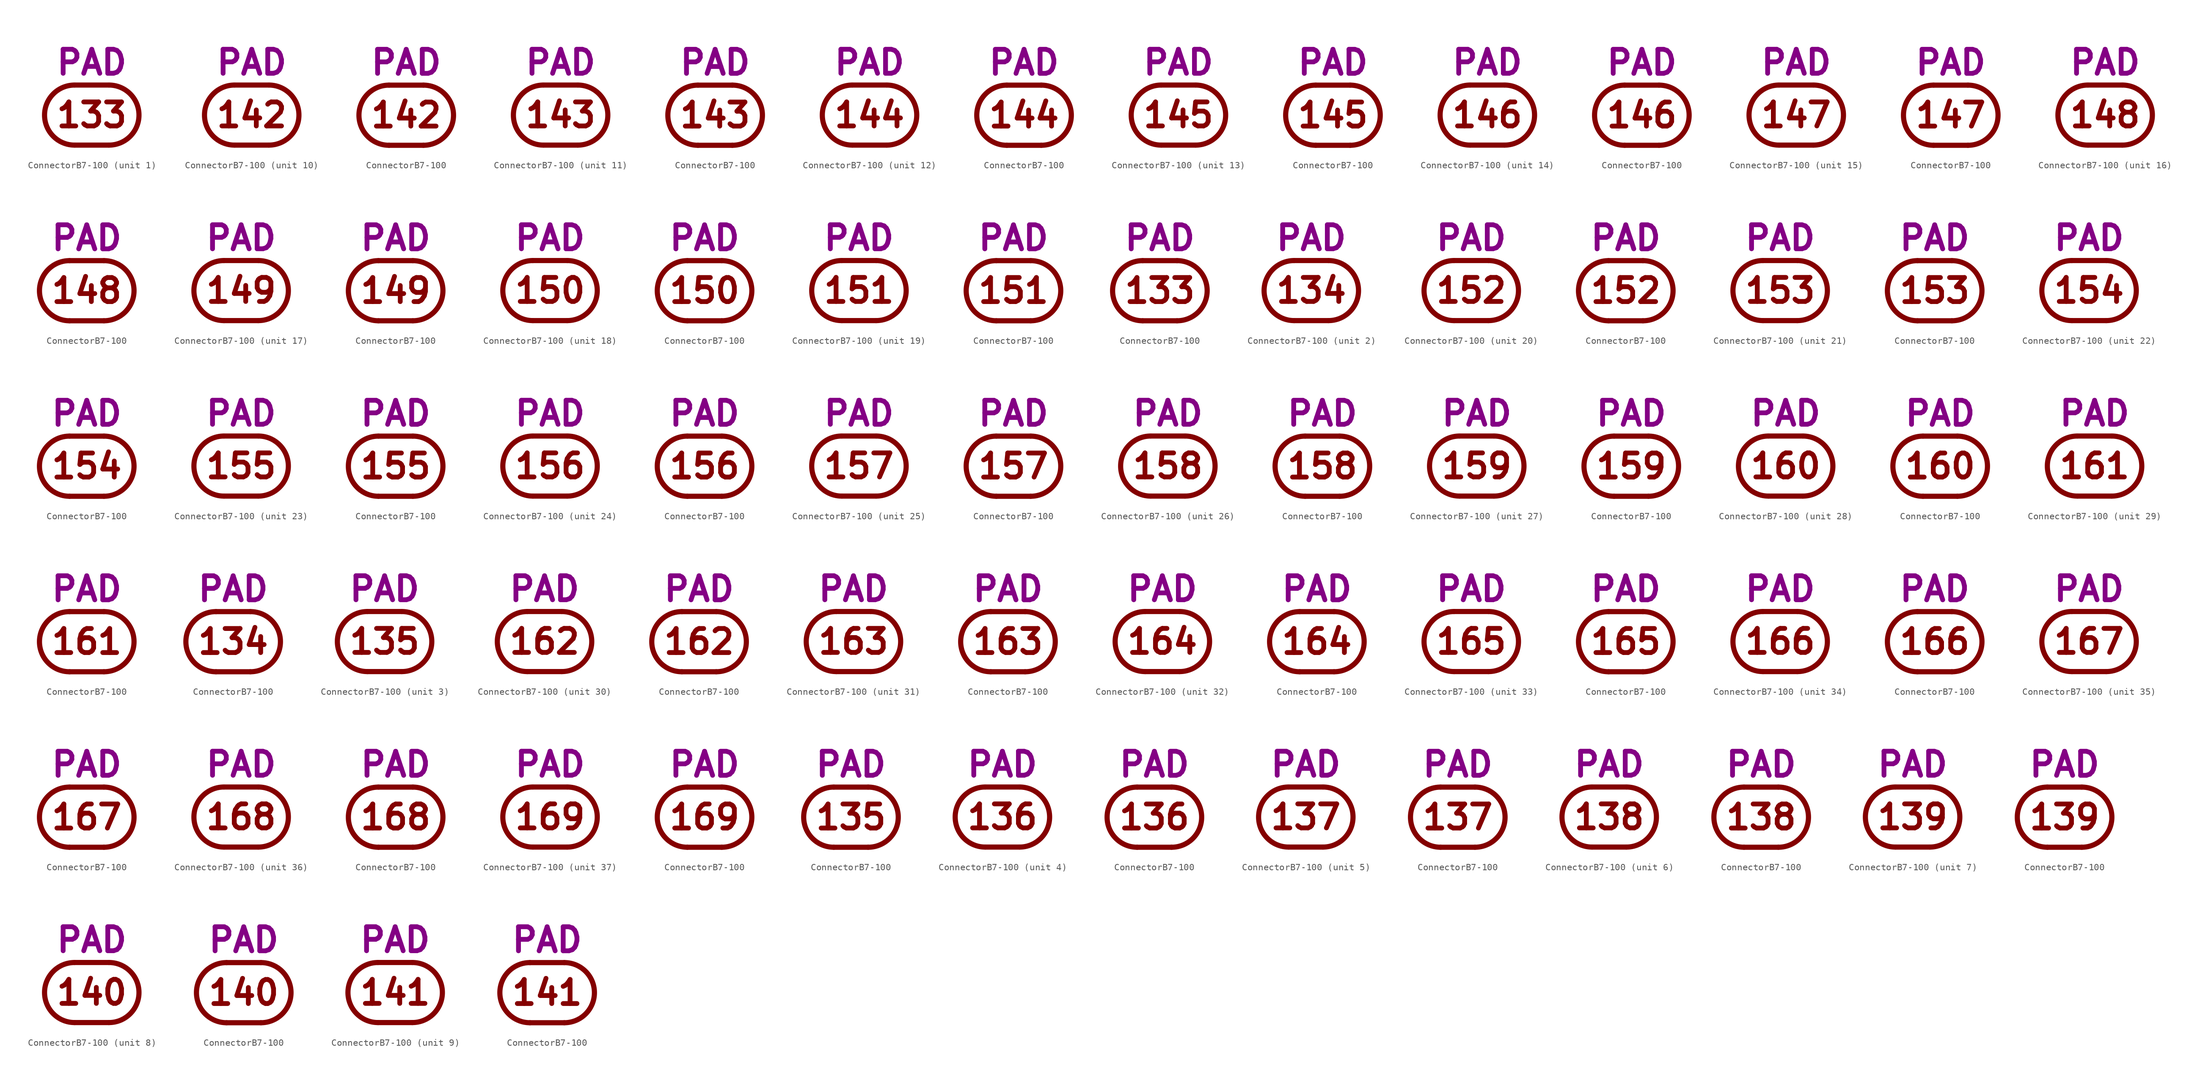
<source format=kicad_sym>
(kicad_symbol_lib
  (version 20211014)
  (generator kicad_symbol_editor)
  (symbol "ConnectorB7-100"
    (pin_numbers hide)
    (pin_names
      (offset 0) hide)
    (property "Reference" "J"
      (at 0 8.255 0)
      (effects (font (size 3.556 3.556)) hide))
    (property "Caption" "PAD"
      (at 0 5.715 0)
      (effects (font (size 3.556 3.556) bold) (justify bottom)))
    (property "ki_locked" ""
      (at 0 0 0)
      (effects (font (size 1.27 1.27))))
    (symbol "ConnectorB7-100_0_0"
      (arc (start -2.54 4.445) (mid -6.985 0) (end -2.54 -4.445) (stroke (width 0.762) (type default) (color 0 0 0 0)) (fill (type none)))
      (polyline (pts (xy -2.54 -4.445) (xy 2.54 -4.445)) (stroke (width 0.762) (type default) (color 0 0 0 0)) (fill (type none)))
      (polyline (pts (xy -2.54 4.445) (xy 2.54 4.445)) (stroke (width 0.762) (type default) (color 0 0 0 0)) (fill (type none)))
      (arc (start 2.54 -4.445) (mid 6.985 0) (end 2.54 4.445) (stroke (width 0.762) (type default) (color 0 0 0 0)) (fill (type none))))
    (symbol "ConnectorB7-100_1_0"
      (text "133" (at 0 0 0) (effects (font (size 3.556 3.556) bold))))
    (symbol "ConnectorB7-100_1_1"
      (pin passive line (at 6.985 0 180) (length 0) (name "133" (effects (font (size 3.556 3.556)))) (number "133" (effects (font (size 3.556 3.556))))))
    (symbol "ConnectorB7-100_1_2"
      (pin passive line (at 0 4.445 270) (length 0) (name "133" (effects (font (size 3.556 3.556)))) (number "133" (effects (font (size 3.556 3.556))))))
    (symbol "ConnectorB7-100_2_0"
      (text "134" (at 0 0 0) (effects (font (size 3.556 3.556) bold))))
    (symbol "ConnectorB7-100_2_1"
      (pin passive line (at 6.985 0 180) (length 0) (name "134" (effects (font (size 3.556 3.556)))) (number "134" (effects (font (size 3.556 3.556))))))
    (symbol "ConnectorB7-100_2_2"
      (pin passive line (at 0 4.445 270) (length 0) (name "134" (effects (font (size 3.556 3.556)))) (number "134" (effects (font (size 3.556 3.556))))))
    (symbol "ConnectorB7-100_3_0"
      (text "135" (at 0 0 0) (effects (font (size 3.556 3.556) bold))))
    (symbol "ConnectorB7-100_3_1"
      (pin passive line (at 6.985 0 180) (length 0) (name "135" (effects (font (size 3.556 3.556)))) (number "135" (effects (font (size 3.556 3.556))))))
    (symbol "ConnectorB7-100_3_2"
      (pin passive line (at 0 4.445 270) (length 0) (name "135" (effects (font (size 3.556 3.556)))) (number "135" (effects (font (size 3.556 3.556))))))
    (symbol "ConnectorB7-100_4_0"
      (text "136" (at 0 0 0) (effects (font (size 3.556 3.556) bold))))
    (symbol "ConnectorB7-100_4_1"
      (pin passive line (at 6.985 0 180) (length 0) (name "136" (effects (font (size 3.556 3.556)))) (number "136" (effects (font (size 3.556 3.556))))))
    (symbol "ConnectorB7-100_4_2"
      (pin passive line (at 0 4.445 270) (length 0) (name "136" (effects (font (size 3.556 3.556)))) (number "136" (effects (font (size 3.556 3.556))))))
    (symbol "ConnectorB7-100_5_0"
      (text "137" (at 0 0 0) (effects (font (size 3.556 3.556) bold))))
    (symbol "ConnectorB7-100_5_1"
      (pin passive line (at 6.985 0 180) (length 0) (name "137" (effects (font (size 3.556 3.556)))) (number "137" (effects (font (size 3.556 3.556))))))
    (symbol "ConnectorB7-100_5_2"
      (pin passive line (at 0 4.445 270) (length 0) (name "137" (effects (font (size 3.556 3.556)))) (number "137" (effects (font (size 3.556 3.556))))))
    (symbol "ConnectorB7-100_6_0"
      (text "138" (at 0 0 0) (effects (font (size 3.556 3.556) bold))))
    (symbol "ConnectorB7-100_6_1"
      (pin passive line (at 6.985 0 180) (length 0) (name "138" (effects (font (size 3.556 3.556)))) (number "138" (effects (font (size 3.556 3.556))))))
    (symbol "ConnectorB7-100_6_2"
      (pin passive line (at 0 4.445 270) (length 0) (name "138" (effects (font (size 3.556 3.556)))) (number "138" (effects (font (size 3.556 3.556))))))
    (symbol "ConnectorB7-100_7_0"
      (text "139" (at 0 0 0) (effects (font (size 3.556 3.556) bold))))
    (symbol "ConnectorB7-100_7_1"
      (pin passive line (at 6.985 0 180) (length 0) (name "139" (effects (font (size 3.556 3.556)))) (number "139" (effects (font (size 3.556 3.556))))))
    (symbol "ConnectorB7-100_7_2"
      (pin passive line (at 0 4.445 270) (length 0) (name "139" (effects (font (size 3.556 3.556)))) (number "139" (effects (font (size 3.556 3.556))))))
    (symbol "ConnectorB7-100_8_0"
      (text "140" (at 0 0 0) (effects (font (size 3.556 3.556) bold))))
    (symbol "ConnectorB7-100_8_1"
      (pin passive line (at 6.985 0 180) (length 0) (name "140" (effects (font (size 3.556 3.556)))) (number "140" (effects (font (size 3.556 3.556))))))
    (symbol "ConnectorB7-100_8_2"
      (pin passive line (at 0 4.445 270) (length 0) (name "140" (effects (font (size 3.556 3.556)))) (number "140" (effects (font (size 3.556 3.556))))))
    (symbol "ConnectorB7-100_9_0"
      (text "141" (at 0 0 0) (effects (font (size 3.556 3.556) bold))))
    (symbol "ConnectorB7-100_9_1"
      (pin passive line (at 6.985 0 180) (length 0) (name "141" (effects (font (size 3.556 3.556)))) (number "141" (effects (font (size 3.556 3.556))))))
    (symbol "ConnectorB7-100_9_2"
      (pin passive line (at 0 4.445 270) (length 0) (name "141" (effects (font (size 3.556 3.556)))) (number "141" (effects (font (size 3.556 3.556))))))
    (symbol "ConnectorB7-100_10_0"
      (text "142" (at 0 0 0) (effects (font (size 3.556 3.556) bold))))
    (symbol "ConnectorB7-100_10_1"
      (pin passive line (at 6.985 0 180) (length 0) (name "142" (effects (font (size 3.556 3.556)))) (number "142" (effects (font (size 3.556 3.556))))))
    (symbol "ConnectorB7-100_10_2"
      (pin passive line (at 0 4.445 270) (length 0) (name "142" (effects (font (size 3.556 3.556)))) (number "142" (effects (font (size 3.556 3.556))))))
    (symbol "ConnectorB7-100_11_0"
      (text "143" (at 0 0 0) (effects (font (size 3.556 3.556) bold))))
    (symbol "ConnectorB7-100_11_1"
      (pin passive line (at 6.985 0 180) (length 0) (name "143" (effects (font (size 3.556 3.556)))) (number "143" (effects (font (size 3.556 3.556))))))
    (symbol "ConnectorB7-100_11_2"
      (pin passive line (at 0 4.445 270) (length 0) (name "143" (effects (font (size 3.556 3.556)))) (number "143" (effects (font (size 3.556 3.556))))))
    (symbol "ConnectorB7-100_12_0"
      (text "144" (at 0 0 0) (effects (font (size 3.556 3.556) bold))))
    (symbol "ConnectorB7-100_12_1"
      (pin passive line (at 6.985 0 180) (length 0) (name "144" (effects (font (size 3.556 3.556)))) (number "144" (effects (font (size 3.556 3.556))))))
    (symbol "ConnectorB7-100_12_2"
      (pin passive line (at 0 4.445 270) (length 0) (name "144" (effects (font (size 3.556 3.556)))) (number "144" (effects (font (size 3.556 3.556))))))
    (symbol "ConnectorB7-100_13_0"
      (text "145" (at 0 0 0) (effects (font (size 3.556 3.556) bold))))
    (symbol "ConnectorB7-100_13_1"
      (pin passive line (at 6.985 0 180) (length 0) (name "145" (effects (font (size 3.556 3.556)))) (number "145" (effects (font (size 3.556 3.556))))))
    (symbol "ConnectorB7-100_13_2"
      (pin passive line (at 0 4.445 270) (length 0) (name "145" (effects (font (size 3.556 3.556)))) (number "145" (effects (font (size 3.556 3.556))))))
    (symbol "ConnectorB7-100_14_0"
      (text "146" (at 0 0 0) (effects (font (size 3.556 3.556) bold))))
    (symbol "ConnectorB7-100_14_1"
      (pin passive line (at 6.985 0 180) (length 0) (name "146" (effects (font (size 3.556 3.556)))) (number "146" (effects (font (size 3.556 3.556))))))
    (symbol "ConnectorB7-100_14_2"
      (pin passive line (at 0 4.445 270) (length 0) (name "146" (effects (font (size 3.556 3.556)))) (number "146" (effects (font (size 3.556 3.556))))))
    (symbol "ConnectorB7-100_15_0"
      (text "147" (at 0 0 0) (effects (font (size 3.556 3.556) bold))))
    (symbol "ConnectorB7-100_15_1"
      (pin passive line (at 6.985 0 180) (length 0) (name "147" (effects (font (size 3.556 3.556)))) (number "147" (effects (font (size 3.556 3.556))))))
    (symbol "ConnectorB7-100_15_2"
      (pin passive line (at 0 4.445 270) (length 0) (name "147" (effects (font (size 3.556 3.556)))) (number "147" (effects (font (size 3.556 3.556))))))
    (symbol "ConnectorB7-100_16_0"
      (text "148" (at 0 0 0) (effects (font (size 3.556 3.556) bold))))
    (symbol "ConnectorB7-100_16_1"
      (pin passive line (at 6.985 0 180) (length 0) (name "148" (effects (font (size 3.556 3.556)))) (number "148" (effects (font (size 3.556 3.556))))))
    (symbol "ConnectorB7-100_16_2"
      (pin passive line (at 0 4.445 270) (length 0) (name "148" (effects (font (size 3.556 3.556)))) (number "148" (effects (font (size 3.556 3.556))))))
    (symbol "ConnectorB7-100_17_0"
      (text "149" (at 0 0 0) (effects (font (size 3.556 3.556) bold))))
    (symbol "ConnectorB7-100_17_1"
      (pin passive line (at 6.985 0 180) (length 0) (name "149" (effects (font (size 3.556 3.556)))) (number "149" (effects (font (size 3.556 3.556))))))
    (symbol "ConnectorB7-100_17_2"
      (pin passive line (at 0 4.445 270) (length 0) (name "149" (effects (font (size 3.556 3.556)))) (number "149" (effects (font (size 3.556 3.556))))))
    (symbol "ConnectorB7-100_18_0"
      (text "150" (at 0 0 0) (effects (font (size 3.556 3.556) bold))))
    (symbol "ConnectorB7-100_18_1"
      (pin passive line (at 6.985 0 180) (length 0) (name "150" (effects (font (size 3.556 3.556)))) (number "150" (effects (font (size 3.556 3.556))))))
    (symbol "ConnectorB7-100_18_2"
      (pin passive line (at 0 4.445 270) (length 0) (name "150" (effects (font (size 3.556 3.556)))) (number "150" (effects (font (size 3.556 3.556))))))
    (symbol "ConnectorB7-100_19_0"
      (text "151" (at 0 0 0) (effects (font (size 3.556 3.556) bold))))
    (symbol "ConnectorB7-100_19_1"
      (pin passive line (at 6.985 0 180) (length 0) (name "151" (effects (font (size 3.556 3.556)))) (number "151" (effects (font (size 3.556 3.556))))))
    (symbol "ConnectorB7-100_19_2"
      (pin passive line (at 0 4.445 270) (length 0) (name "151" (effects (font (size 3.556 3.556)))) (number "151" (effects (font (size 3.556 3.556))))))
    (symbol "ConnectorB7-100_20_0"
      (text "152" (at 0 0 0) (effects (font (size 3.556 3.556) bold))))
    (symbol "ConnectorB7-100_20_1"
      (pin passive line (at 6.985 0 180) (length 0) (name "152" (effects (font (size 3.556 3.556)))) (number "152" (effects (font (size 3.556 3.556))))))
    (symbol "ConnectorB7-100_20_2"
      (pin passive line (at 0 4.445 270) (length 0) (name "152" (effects (font (size 3.556 3.556)))) (number "152" (effects (font (size 3.556 3.556))))))
    (symbol "ConnectorB7-100_21_0"
      (text "153" (at 0 0 0) (effects (font (size 3.556 3.556) bold))))
    (symbol "ConnectorB7-100_21_1"
      (pin passive line (at 6.985 0 180) (length 0) (name "153" (effects (font (size 3.556 3.556)))) (number "153" (effects (font (size 3.556 3.556))))))
    (symbol "ConnectorB7-100_21_2"
      (pin passive line (at 0 4.445 270) (length 0) (name "153" (effects (font (size 3.556 3.556)))) (number "153" (effects (font (size 3.556 3.556))))))
    (symbol "ConnectorB7-100_22_0"
      (text "154" (at 0 0 0) (effects (font (size 3.556 3.556) bold))))
    (symbol "ConnectorB7-100_22_1"
      (pin passive line (at 6.985 0 180) (length 0) (name "154" (effects (font (size 3.556 3.556)))) (number "154" (effects (font (size 3.556 3.556))))))
    (symbol "ConnectorB7-100_22_2"
      (pin passive line (at 0 4.445 270) (length 0) (name "154" (effects (font (size 3.556 3.556)))) (number "154" (effects (font (size 3.556 3.556))))))
    (symbol "ConnectorB7-100_23_0"
      (text "155" (at 0 0 0) (effects (font (size 3.556 3.556) bold))))
    (symbol "ConnectorB7-100_23_1"
      (pin passive line (at 6.985 0 180) (length 0) (name "155" (effects (font (size 3.556 3.556)))) (number "155" (effects (font (size 3.556 3.556))))))
    (symbol "ConnectorB7-100_23_2"
      (pin passive line (at 0 4.445 270) (length 0) (name "155" (effects (font (size 3.556 3.556)))) (number "155" (effects (font (size 3.556 3.556))))))
    (symbol "ConnectorB7-100_24_0"
      (text "156" (at 0 0 0) (effects (font (size 3.556 3.556) bold))))
    (symbol "ConnectorB7-100_24_1"
      (pin passive line (at 6.985 0 180) (length 0) (name "156" (effects (font (size 3.556 3.556)))) (number "156" (effects (font (size 3.556 3.556))))))
    (symbol "ConnectorB7-100_24_2"
      (pin passive line (at 0 4.445 270) (length 0) (name "156" (effects (font (size 3.556 3.556)))) (number "156" (effects (font (size 3.556 3.556))))))
    (symbol "ConnectorB7-100_25_0"
      (text "157" (at 0 0 0) (effects (font (size 3.556 3.556) bold))))
    (symbol "ConnectorB7-100_25_1"
      (pin passive line (at 6.985 0 180) (length 0) (name "157" (effects (font (size 3.556 3.556)))) (number "157" (effects (font (size 3.556 3.556))))))
    (symbol "ConnectorB7-100_25_2"
      (pin passive line (at 0 4.445 270) (length 0) (name "157" (effects (font (size 3.556 3.556)))) (number "157" (effects (font (size 3.556 3.556))))))
    (symbol "ConnectorB7-100_26_0"
      (text "158" (at 0 0 0) (effects (font (size 3.556 3.556) bold))))
    (symbol "ConnectorB7-100_26_1"
      (pin passive line (at 6.985 0 180) (length 0) (name "158" (effects (font (size 3.556 3.556)))) (number "158" (effects (font (size 3.556 3.556))))))
    (symbol "ConnectorB7-100_26_2"
      (pin passive line (at 0 4.445 270) (length 0) (name "158" (effects (font (size 3.556 3.556)))) (number "158" (effects (font (size 3.556 3.556))))))
    (symbol "ConnectorB7-100_27_0"
      (text "159" (at 0 0 0) (effects (font (size 3.556 3.556) bold))))
    (symbol "ConnectorB7-100_27_1"
      (pin passive line (at 6.985 0 180) (length 0) (name "159" (effects (font (size 3.556 3.556)))) (number "159" (effects (font (size 3.556 3.556))))))
    (symbol "ConnectorB7-100_27_2"
      (pin passive line (at 0 4.445 270) (length 0) (name "159" (effects (font (size 3.556 3.556)))) (number "159" (effects (font (size 3.556 3.556))))))
    (symbol "ConnectorB7-100_28_0"
      (text "160" (at 0 0 0) (effects (font (size 3.556 3.556) bold))))
    (symbol "ConnectorB7-100_28_1"
      (pin passive line (at 6.985 0 180) (length 0) (name "160" (effects (font (size 3.556 3.556)))) (number "160" (effects (font (size 3.556 3.556))))))
    (symbol "ConnectorB7-100_28_2"
      (pin passive line (at 0 4.445 270) (length 0) (name "160" (effects (font (size 3.556 3.556)))) (number "160" (effects (font (size 3.556 3.556))))))
    (symbol "ConnectorB7-100_29_0"
      (text "161" (at 0 0 0) (effects (font (size 3.556 3.556) bold))))
    (symbol "ConnectorB7-100_29_1"
      (pin passive line (at 6.985 0 180) (length 0) (name "161" (effects (font (size 3.556 3.556)))) (number "161" (effects (font (size 3.556 3.556))))))
    (symbol "ConnectorB7-100_29_2"
      (pin passive line (at 0 4.445 270) (length 0) (name "161" (effects (font (size 3.556 3.556)))) (number "161" (effects (font (size 3.556 3.556))))))
    (symbol "ConnectorB7-100_30_0"
      (text "162" (at 0 0 0) (effects (font (size 3.556 3.556) bold))))
    (symbol "ConnectorB7-100_30_1"
      (pin passive line (at 6.985 0 180) (length 0) (name "162" (effects (font (size 3.556 3.556)))) (number "162" (effects (font (size 3.556 3.556))))))
    (symbol "ConnectorB7-100_30_2"
      (pin passive line (at 0 4.445 270) (length 0) (name "162" (effects (font (size 3.556 3.556)))) (number "162" (effects (font (size 3.556 3.556))))))
    (symbol "ConnectorB7-100_31_0"
      (text "163" (at 0 0 0) (effects (font (size 3.556 3.556) bold))))
    (symbol "ConnectorB7-100_31_1"
      (pin passive line (at 6.985 0 180) (length 0) (name "163" (effects (font (size 3.556 3.556)))) (number "163" (effects (font (size 3.556 3.556))))))
    (symbol "ConnectorB7-100_31_2"
      (pin passive line (at 0 4.445 270) (length 0) (name "163" (effects (font (size 3.556 3.556)))) (number "163" (effects (font (size 3.556 3.556))))))
    (symbol "ConnectorB7-100_32_0"
      (text "164" (at 0 0 0) (effects (font (size 3.556 3.556) bold))))
    (symbol "ConnectorB7-100_32_1"
      (pin passive line (at 6.985 0 180) (length 0) (name "164" (effects (font (size 3.556 3.556)))) (number "164" (effects (font (size 3.556 3.556))))))
    (symbol "ConnectorB7-100_32_2"
      (pin passive line (at 0 4.445 270) (length 0) (name "164" (effects (font (size 3.556 3.556)))) (number "164" (effects (font (size 3.556 3.556))))))
    (symbol "ConnectorB7-100_33_0"
      (text "165" (at 0 0 0) (effects (font (size 3.556 3.556) bold))))
    (symbol "ConnectorB7-100_33_1"
      (pin passive line (at 6.985 0 180) (length 0) (name "165" (effects (font (size 3.556 3.556)))) (number "165" (effects (font (size 3.556 3.556))))))
    (symbol "ConnectorB7-100_33_2"
      (pin passive line (at 0 4.445 270) (length 0) (name "165" (effects (font (size 3.556 3.556)))) (number "165" (effects (font (size 3.556 3.556))))))
    (symbol "ConnectorB7-100_34_0"
      (text "166" (at 0 0 0) (effects (font (size 3.556 3.556) bold))))
    (symbol "ConnectorB7-100_34_1"
      (pin passive line (at 6.985 0 180) (length 0) (name "166" (effects (font (size 3.556 3.556)))) (number "166" (effects (font (size 3.556 3.556))))))
    (symbol "ConnectorB7-100_34_2"
      (pin passive line (at 0 4.445 270) (length 0) (name "166" (effects (font (size 3.556 3.556)))) (number "166" (effects (font (size 3.556 3.556))))))
    (symbol "ConnectorB7-100_35_0"
      (text "167" (at 0 0 0) (effects (font (size 3.556 3.556) bold))))
    (symbol "ConnectorB7-100_35_1"
      (pin passive line (at 6.985 0 180) (length 0) (name "167" (effects (font (size 3.556 3.556)))) (number "167" (effects (font (size 3.556 3.556))))))
    (symbol "ConnectorB7-100_35_2"
      (pin passive line (at 0 4.445 270) (length 0) (name "167" (effects (font (size 3.556 3.556)))) (number "167" (effects (font (size 3.556 3.556))))))
    (symbol "ConnectorB7-100_36_0"
      (text "168" (at 0 0 0) (effects (font (size 3.556 3.556) bold))))
    (symbol "ConnectorB7-100_36_1"
      (pin passive line (at 6.985 0 180) (length 0) (name "168" (effects (font (size 3.556 3.556)))) (number "168" (effects (font (size 3.556 3.556))))))
    (symbol "ConnectorB7-100_36_2"
      (pin passive line (at 0 4.445 270) (length 0) (name "168" (effects (font (size 3.556 3.556)))) (number "168" (effects (font (size 3.556 3.556))))))
    (symbol "ConnectorB7-100_37_0"
      (text "169" (at 0 0 0) (effects (font (size 3.556 3.556) bold))))
    (symbol "ConnectorB7-100_37_1"
      (pin passive line (at 6.985 0 180) (length 0) (name "169" (effects (font (size 3.556 3.556)))) (number "169" (effects (font (size 3.556 3.556))))))
    (symbol "ConnectorB7-100_37_2"
      (pin passive line (at 0 4.445 270) (length 0) (name "169" (effects (font (size 3.556 3.556)))) (number "169" (effects (font (size 3.556 3.556))))))))
</source>
